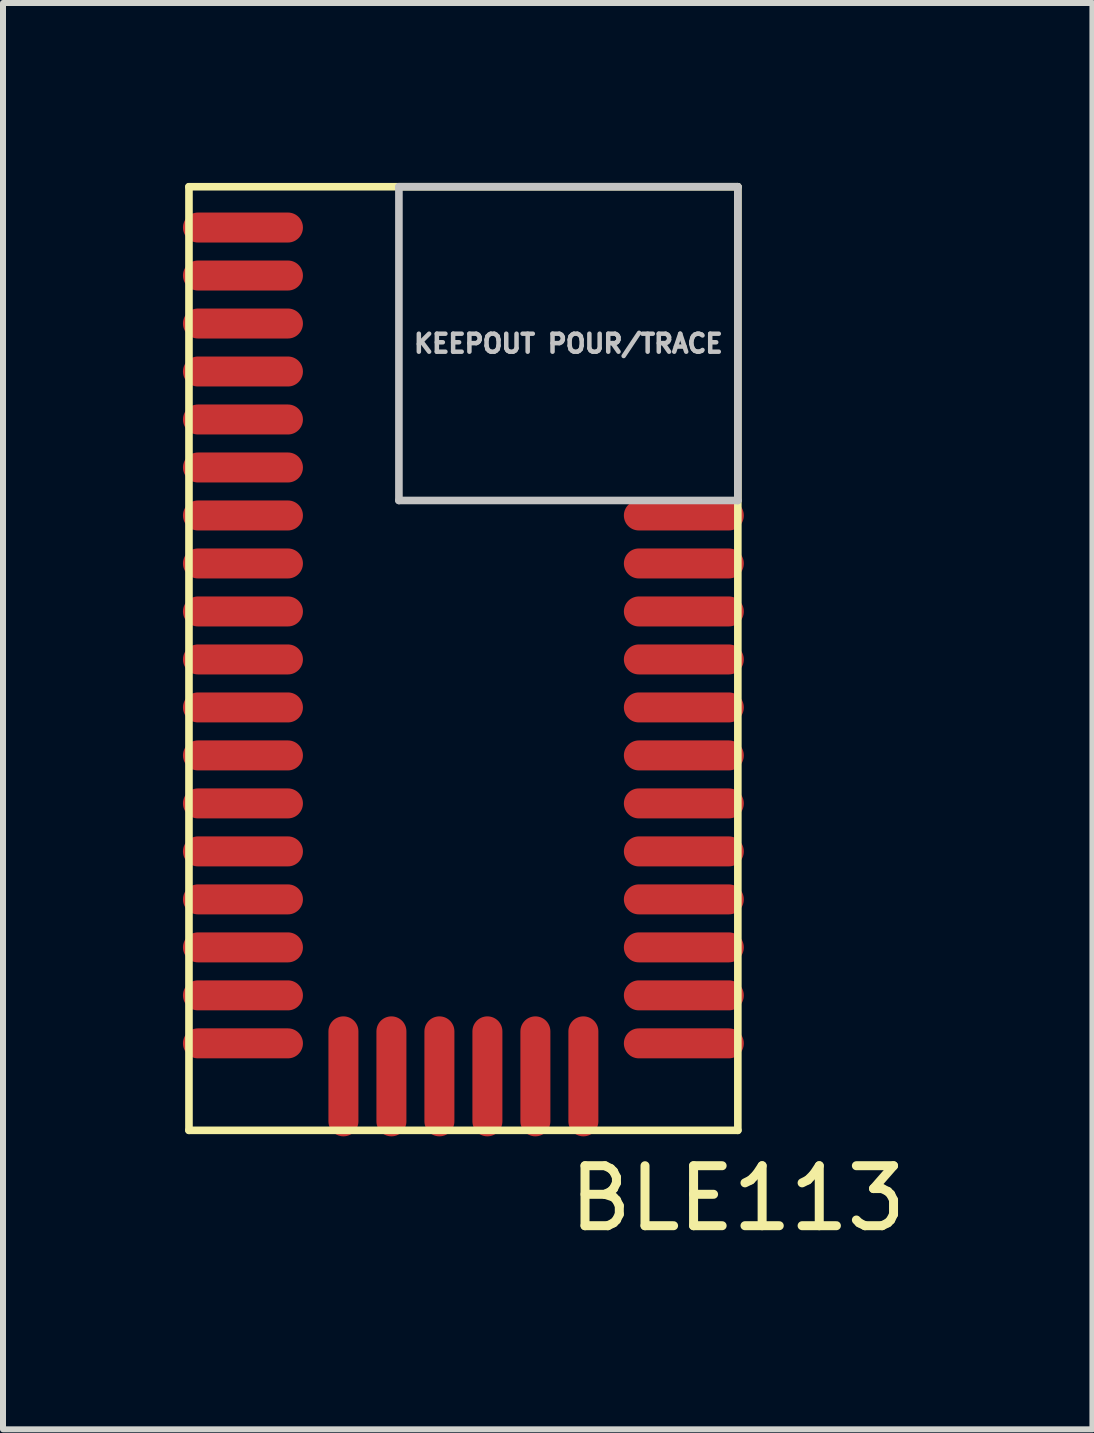
<source format=kicad_pcb>
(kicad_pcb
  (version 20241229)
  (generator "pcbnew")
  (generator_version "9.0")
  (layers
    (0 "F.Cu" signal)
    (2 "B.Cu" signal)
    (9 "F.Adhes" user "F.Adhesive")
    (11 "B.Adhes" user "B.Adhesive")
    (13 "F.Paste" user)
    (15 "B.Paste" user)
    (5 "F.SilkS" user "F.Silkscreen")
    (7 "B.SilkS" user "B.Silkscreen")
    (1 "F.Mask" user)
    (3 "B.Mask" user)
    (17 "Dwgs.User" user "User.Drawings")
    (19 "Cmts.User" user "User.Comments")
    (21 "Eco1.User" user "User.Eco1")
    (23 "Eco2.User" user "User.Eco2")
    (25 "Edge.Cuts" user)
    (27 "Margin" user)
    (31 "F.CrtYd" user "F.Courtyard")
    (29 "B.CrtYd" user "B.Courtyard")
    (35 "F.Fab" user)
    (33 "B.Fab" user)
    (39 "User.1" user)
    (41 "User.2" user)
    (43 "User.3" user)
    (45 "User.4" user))
  (footprint "BLE113"
    (layer "F.Cu")
    (at 4.675 7.928)
    (property "Reference" "BLE113" (at 4.575 9 0) (layer "F.SilkS") (effects (font (size 1 1) (thickness 0.15))))
    (attr through_hole)
    (fp_line (start -4.575 -7.865) (end 4.575 -7.865) (stroke (width 0.127) (type solid)) (layer "F.SilkS"))
    (fp_line (start -4.575 7.865) (end -4.575 -7.865) (stroke (width 0.127) (type solid)) (layer "F.SilkS"))
    (fp_line (start 4.575 -7.865) (end 4.575 7.865) (stroke (width 0.127) (type solid)) (layer "F.SilkS"))
    (fp_line (start 4.575 7.865) (end -4.575 7.865) (stroke (width 0.127) (type solid)) (layer "F.SilkS"))
    (fp_line (start -1.075 -7.865) (end -1.075 -2.635) (stroke (width 0.127) (type solid)) (layer "Dwgs.User"))
    (fp_line (start -1.075 -2.635) (end 4.575 -2.635) (stroke (width 0.127) (type solid)) (layer "Dwgs.User"))
    (fp_line (start 4.575 -7.865) (end -1.075 -7.865) (stroke (width 0.127) (type solid)) (layer "Dwgs.User"))
    (fp_line (start 4.575 -2.635) (end 4.575 -7.865) (stroke (width 0.127) (type solid)) (layer "Dwgs.User"))
    (fp_text user "KEEPOUT POUR/TRACE" (at 1.75 -5.25 0) (layer "Dwgs.User") (effects (font (size 0.3 0.3) (thickness 0.075))))
    (pad "1" smd oval (at -3.675 -7.185) (size 2 0.5) (layers "F.Cu" "F.Mask" "F.Paste"))
    (pad "2" smd oval (at -3.675 -6.385) (size 2 0.5) (layers "F.Cu" "F.Mask" "F.Paste"))
    (pad "3" smd oval (at -3.675 -5.585) (size 2 0.5) (layers "F.Cu" "F.Mask" "F.Paste"))
    (pad "4" smd oval (at -3.675 -4.785) (size 2 0.5) (layers "F.Cu" "F.Mask" "F.Paste"))
    (pad "5" smd oval (at -3.675 -3.985) (size 2 0.5) (layers "F.Cu" "F.Mask" "F.Paste"))
    (pad "6" smd oval (at -3.675 -3.185) (size 2 0.5) (layers "F.Cu" "F.Mask" "F.Paste"))
    (pad "7" smd oval (at -3.675 -2.385) (size 2 0.5) (layers "F.Cu" "F.Mask" "F.Paste"))
    (pad "8" smd oval (at -3.675 -1.585) (size 2 0.5) (layers "F.Cu" "F.Mask" "F.Paste"))
    (pad "9" smd oval (at -3.675 -0.785) (size 2 0.5) (layers "F.Cu" "F.Mask" "F.Paste"))
    (pad "10" smd oval (at -3.675 0.015) (size 2 0.5) (layers "F.Cu" "F.Mask" "F.Paste"))
    (pad "11" smd oval (at -3.675 0.815) (size 2 0.5) (layers "F.Cu" "F.Mask" "F.Paste"))
    (pad "12" smd oval (at -3.675 1.615) (size 2 0.5) (layers "F.Cu" "F.Mask" "F.Paste"))
    (pad "13" smd oval (at -3.675 2.415) (size 2 0.5) (layers "F.Cu" "F.Mask" "F.Paste"))
    (pad "14" smd oval (at -3.675 3.215) (size 2 0.5) (layers "F.Cu" "F.Mask" "F.Paste"))
    (pad "15" smd oval (at -3.675 4.015) (size 2 0.5) (layers "F.Cu" "F.Mask" "F.Paste"))
    (pad "16" smd oval (at -3.675 4.815) (size 2 0.5) (layers "F.Cu" "F.Mask" "F.Paste"))
    (pad "17" smd oval (at -3.675 5.615) (size 2 0.5) (layers "F.Cu" "F.Mask" "F.Paste"))
    (pad "18" smd oval (at -3.675 6.415) (size 2 0.5) (layers "F.Cu" "F.Mask" "F.Paste"))
    (pad "19" smd oval (at -2 6.965 90) (size 2 0.5) (layers "F.Cu" "F.Mask" "F.Paste"))
    (pad "20" smd oval (at -1.2 6.965 90) (size 2 0.5) (layers "F.Cu" "F.Mask" "F.Paste"))
    (pad "21" smd oval (at -0.4 6.965 90) (size 2 0.5) (layers "F.Cu" "F.Mask" "F.Paste"))
    (pad "22" smd oval (at 0.4 6.965 90) (size 2 0.5) (layers "F.Cu" "F.Mask" "F.Paste"))
    (pad "23" smd oval (at 1.2 6.965 90) (size 2 0.5) (layers "F.Cu" "F.Mask" "F.Paste"))
    (pad "24" smd oval (at 2 6.965 90) (size 2 0.5) (layers "F.Cu" "F.Mask" "F.Paste"))
    (pad "25" smd oval (at 3.675 6.415) (size 2 0.5) (layers "F.Cu" "F.Mask" "F.Paste"))
    (pad "26" smd oval (at 3.675 5.615) (size 2 0.5) (layers "F.Cu" "F.Mask" "F.Paste"))
    (pad "27" smd oval (at 3.675 4.815) (size 2 0.5) (layers "F.Cu" "F.Mask" "F.Paste"))
    (pad "28" smd oval (at 3.675 4.015) (size 2 0.5) (layers "F.Cu" "F.Mask" "F.Paste"))
    (pad "29" smd oval (at 3.675 3.215) (size 2 0.5) (layers "F.Cu" "F.Mask" "F.Paste"))
    (pad "30" smd oval (at 3.675 2.415) (size 2 0.5) (layers "F.Cu" "F.Mask" "F.Paste"))
    (pad "31" smd oval (at 3.675 1.615) (size 2 0.5) (layers "F.Cu" "F.Mask" "F.Paste"))
    (pad "32" smd oval (at 3.675 0.815) (size 2 0.5) (layers "F.Cu" "F.Mask" "F.Paste"))
    (pad "33" smd oval (at 3.675 0.015) (size 2 0.5) (layers "F.Cu" "F.Mask" "F.Paste"))
    (pad "34" smd oval (at 3.675 -0.785) (size 2 0.5) (layers "F.Cu" "F.Mask" "F.Paste"))
    (pad "35" smd oval (at 3.675 -1.585) (size 2 0.5) (layers "F.Cu" "F.Mask" "F.Paste"))
    (pad "36" smd oval (at 3.675 -2.385) (size 2 0.5) (layers "F.Cu" "F.Mask" "F.Paste")))
  (gr_rect
    (start -3 -3)
    (end 15.161 20.777)
    (stroke (width 0.1) (type default))
    (fill no)
    (layer "Edge.Cuts")))
</source>
